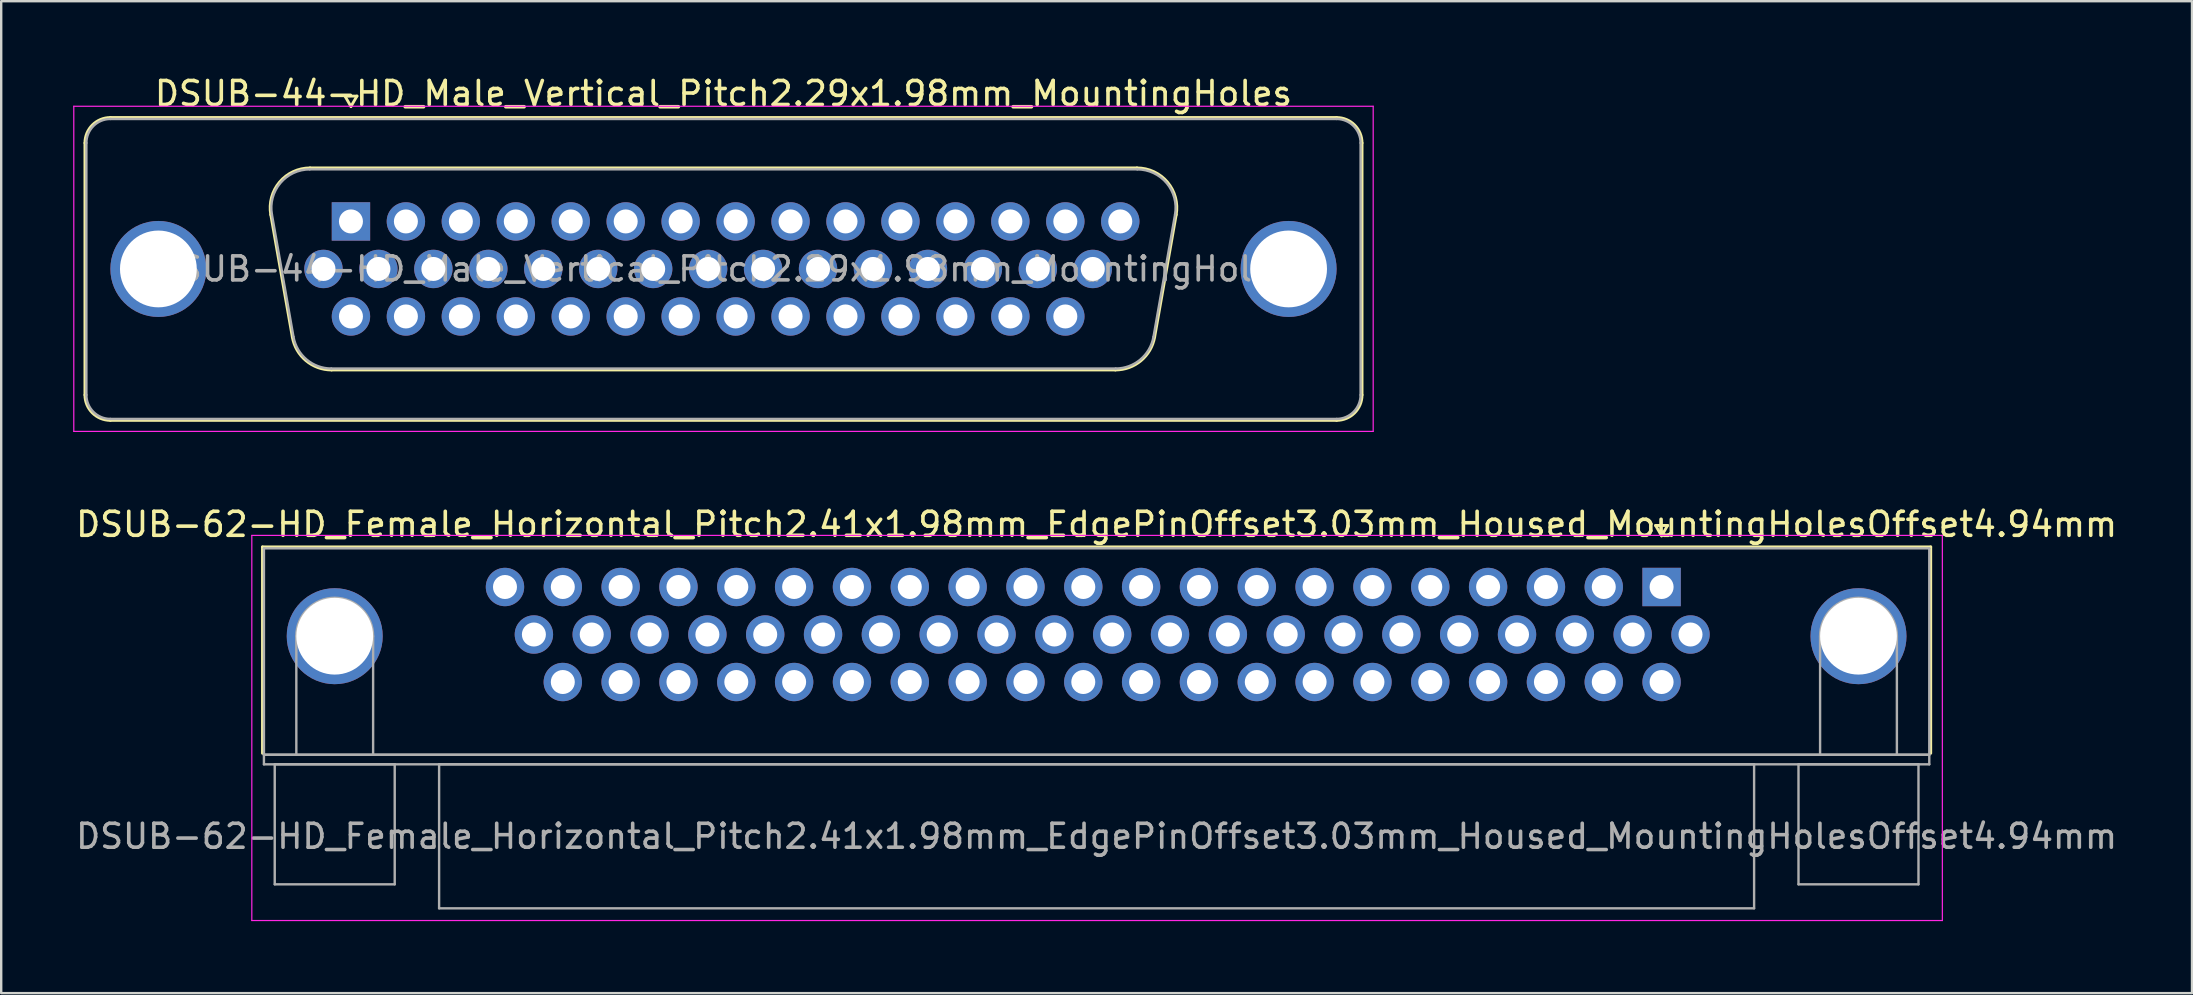
<source format=kicad_pcb>
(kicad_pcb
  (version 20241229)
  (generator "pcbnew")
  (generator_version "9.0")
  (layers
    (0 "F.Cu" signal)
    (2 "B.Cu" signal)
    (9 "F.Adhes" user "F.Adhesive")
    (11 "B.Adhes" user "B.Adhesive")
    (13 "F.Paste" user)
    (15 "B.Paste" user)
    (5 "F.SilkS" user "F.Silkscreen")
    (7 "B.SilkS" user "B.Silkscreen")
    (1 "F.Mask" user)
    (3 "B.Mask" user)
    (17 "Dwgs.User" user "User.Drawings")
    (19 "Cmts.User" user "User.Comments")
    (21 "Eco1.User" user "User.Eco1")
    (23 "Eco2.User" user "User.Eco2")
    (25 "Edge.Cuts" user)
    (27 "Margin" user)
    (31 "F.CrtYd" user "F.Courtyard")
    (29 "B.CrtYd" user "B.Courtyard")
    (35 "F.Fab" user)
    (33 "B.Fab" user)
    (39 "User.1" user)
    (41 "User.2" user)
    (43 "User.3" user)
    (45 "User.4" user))
  (footprint "DSUB-62-HD_Female_Horizontal_Pitch2.41x1.98mm_EdgePinOffset3.03mm_Housed_MountingHolesOffset4.94mm"
    (layer "F.Cu")
    (at 66.194 21.412)
    (property "Reference" "DSUB-62-HD_Female_Horizontal_Pitch2.41x1.98mm_EdgePinOffset3.03mm_Housed_MountingHolesOffset4.94mm" (at -23.545 -2.61 0) (layer "F.SilkS") (effects (font (size 1 1) (thickness 0.15))))
    (attr through_hole)
    (fp_line (start -58.305 -1.67) (end 11.215 -1.67) (stroke (width 0.12) (type solid)) (layer "F.SilkS"))
    (fp_line (start -58.305 6.93) (end -58.305 -1.67) (stroke (width 0.12) (type solid)) (layer "F.SilkS"))
    (fp_line (start -0.25 -2.564) (end 0.25 -2.564) (stroke (width 0.12) (type solid)) (layer "F.SilkS"))
    (fp_line (start 0 -2.131) (end -0.25 -2.564) (stroke (width 0.12) (type solid)) (layer "F.SilkS"))
    (fp_line (start 0.25 -2.564) (end 0 -2.131) (stroke (width 0.12) (type solid)) (layer "F.SilkS"))
    (fp_line (start 11.215 -1.67) (end 11.215 6.93) (stroke (width 0.12) (type solid)) (layer "F.SilkS"))
    (fp_line (start -58.75 -2.15) (end -58.75 13.9) (stroke (width 0.05) (type solid)) (layer "F.CrtYd"))
    (fp_line (start -58.75 13.9) (end 11.7 13.9) (stroke (width 0.05) (type solid)) (layer "F.CrtYd"))
    (fp_line (start 11.7 -2.15) (end -58.75 -2.15) (stroke (width 0.05) (type solid)) (layer "F.CrtYd"))
    (fp_line (start 11.7 13.9) (end 11.7 -2.15) (stroke (width 0.05) (type solid)) (layer "F.CrtYd"))
    (fp_line (start -58.245 -1.61) (end -58.245 6.99) (stroke (width 0.1) (type solid)) (layer "F.Fab"))
    (fp_line (start -58.245 6.99) (end -58.245 7.39) (stroke (width 0.1) (type solid)) (layer "F.Fab"))
    (fp_line (start -58.245 6.99) (end 11.155 6.99) (stroke (width 0.1) (type solid)) (layer "F.Fab"))
    (fp_line (start -58.245 7.39) (end 11.155 7.39) (stroke (width 0.1) (type solid)) (layer "F.Fab"))
    (fp_line (start -57.795 7.39) (end -57.795 12.39) (stroke (width 0.1) (type solid)) (layer "F.Fab"))
    (fp_line (start -57.795 12.39) (end -52.795 12.39) (stroke (width 0.1) (type solid)) (layer "F.Fab"))
    (fp_line (start -56.895 6.99) (end -56.895 2.05) (stroke (width 0.1) (type solid)) (layer "F.Fab"))
    (fp_line (start -53.695 6.99) (end -53.695 2.05) (stroke (width 0.1) (type solid)) (layer "F.Fab"))
    (fp_line (start -52.795 7.39) (end -57.795 7.39) (stroke (width 0.1) (type solid)) (layer "F.Fab"))
    (fp_line (start -52.795 12.39) (end -52.795 7.39) (stroke (width 0.1) (type solid)) (layer "F.Fab"))
    (fp_line (start -50.945 7.39) (end -50.945 13.39) (stroke (width 0.1) (type solid)) (layer "F.Fab"))
    (fp_line (start -50.945 13.39) (end 3.855 13.39) (stroke (width 0.1) (type solid)) (layer "F.Fab"))
    (fp_line (start 3.855 7.39) (end -50.945 7.39) (stroke (width 0.1) (type solid)) (layer "F.Fab"))
    (fp_line (start 3.855 13.39) (end 3.855 7.39) (stroke (width 0.1) (type solid)) (layer "F.Fab"))
    (fp_line (start 5.705 7.39) (end 5.705 12.39) (stroke (width 0.1) (type solid)) (layer "F.Fab"))
    (fp_line (start 5.705 12.39) (end 10.705 12.39) (stroke (width 0.1) (type solid)) (layer "F.Fab"))
    (fp_line (start 6.605 6.99) (end 6.605 2.05) (stroke (width 0.1) (type solid)) (layer "F.Fab"))
    (fp_line (start 9.805 6.99) (end 9.805 2.05) (stroke (width 0.1) (type solid)) (layer "F.Fab"))
    (fp_line (start 10.705 7.39) (end 5.705 7.39) (stroke (width 0.1) (type solid)) (layer "F.Fab"))
    (fp_line (start 10.705 12.39) (end 10.705 7.39) (stroke (width 0.1) (type solid)) (layer "F.Fab"))
    (fp_line (start 11.155 -1.61) (end -58.245 -1.61) (stroke (width 0.1) (type solid)) (layer "F.Fab"))
    (fp_line (start 11.155 6.99) (end -58.245 6.99) (stroke (width 0.1) (type solid)) (layer "F.Fab"))
    (fp_line (start 11.155 6.99) (end 11.155 -1.61) (stroke (width 0.1) (type solid)) (layer "F.Fab"))
    (fp_line (start 11.155 7.39) (end 11.155 6.99) (stroke (width 0.1) (type solid)) (layer "F.Fab"))
    (fp_arc (start -56.895 2.05) (mid -55.295 0.45) (end -53.695 2.05) (stroke (width 0.1) (type solid)) (layer "F.Fab"))
    (fp_arc (start 6.605 2.05) (mid 8.205 0.45) (end 9.805 2.05) (stroke (width 0.1) (type solid)) (layer "F.Fab"))
    (fp_text user "${REFERENCE}" (at -23.545 10.39 0) (layer "F.Fab") (effects (font (size 1 1) (thickness 0.15))))
    (pad "0" thru_hole circle (at -55.295 2.05) (size 4 4) (drill 3.2) (layers "*.Cu" "*.Mask"))
    (pad "0" thru_hole circle (at 8.205 2.05) (size 4 4) (drill 3.2) (layers "*.Cu" "*.Mask"))
    (pad "1" thru_hole rect (at 0 0) (size 1.6 1.6) (drill 1) (layers "*.Cu" "*.Mask"))
    (pad "2" thru_hole circle (at -2.41 0) (size 1.6 1.6) (drill 1) (layers "*.Cu" "*.Mask"))
    (pad "3" thru_hole circle (at -4.82 0) (size 1.6 1.6) (drill 1) (layers "*.Cu" "*.Mask"))
    (pad "4" thru_hole circle (at -7.23 0) (size 1.6 1.6) (drill 1) (layers "*.Cu" "*.Mask"))
    (pad "5" thru_hole circle (at -9.64 0) (size 1.6 1.6) (drill 1) (layers "*.Cu" "*.Mask"))
    (pad "6" thru_hole circle (at -12.05 0) (size 1.6 1.6) (drill 1) (layers "*.Cu" "*.Mask"))
    (pad "7" thru_hole circle (at -14.46 0) (size 1.6 1.6) (drill 1) (layers "*.Cu" "*.Mask"))
    (pad "8" thru_hole circle (at -16.87 0) (size 1.6 1.6) (drill 1) (layers "*.Cu" "*.Mask"))
    (pad "9" thru_hole circle (at -19.28 0) (size 1.6 1.6) (drill 1) (layers "*.Cu" "*.Mask"))
    (pad "10" thru_hole circle (at -21.69 0) (size 1.6 1.6) (drill 1) (layers "*.Cu" "*.Mask"))
    (pad "11" thru_hole circle (at -24.1 0) (size 1.6 1.6) (drill 1) (layers "*.Cu" "*.Mask"))
    (pad "12" thru_hole circle (at -26.51 0) (size 1.6 1.6) (drill 1) (layers "*.Cu" "*.Mask"))
    (pad "13" thru_hole circle (at -28.92 0) (size 1.6 1.6) (drill 1) (layers "*.Cu" "*.Mask"))
    (pad "14" thru_hole circle (at -31.33 0) (size 1.6 1.6) (drill 1) (layers "*.Cu" "*.Mask"))
    (pad "15" thru_hole circle (at -33.74 0) (size 1.6 1.6) (drill 1) (layers "*.Cu" "*.Mask"))
    (pad "16" thru_hole circle (at -36.15 0) (size 1.6 1.6) (drill 1) (layers "*.Cu" "*.Mask"))
    (pad "17" thru_hole circle (at -38.56 0) (size 1.6 1.6) (drill 1) (layers "*.Cu" "*.Mask"))
    (pad "18" thru_hole circle (at -40.97 0) (size 1.6 1.6) (drill 1) (layers "*.Cu" "*.Mask"))
    (pad "19" thru_hole circle (at -43.38 0) (size 1.6 1.6) (drill 1) (layers "*.Cu" "*.Mask"))
    (pad "20" thru_hole circle (at -45.79 0) (size 1.6 1.6) (drill 1) (layers "*.Cu" "*.Mask"))
    (pad "21" thru_hole circle (at -48.2 0) (size 1.6 1.6) (drill 1) (layers "*.Cu" "*.Mask"))
    (pad "22" thru_hole circle (at 1.205 1.98) (size 1.6 1.6) (drill 1) (layers "*.Cu" "*.Mask"))
    (pad "23" thru_hole circle (at -1.205 1.98) (size 1.6 1.6) (drill 1) (layers "*.Cu" "*.Mask"))
    (pad "24" thru_hole circle (at -3.615 1.98) (size 1.6 1.6) (drill 1) (layers "*.Cu" "*.Mask"))
    (pad "25" thru_hole circle (at -6.025 1.98) (size 1.6 1.6) (drill 1) (layers "*.Cu" "*.Mask"))
    (pad "26" thru_hole circle (at -8.435 1.98) (size 1.6 1.6) (drill 1) (layers "*.Cu" "*.Mask"))
    (pad "27" thru_hole circle (at -10.845 1.98) (size 1.6 1.6) (drill 1) (layers "*.Cu" "*.Mask"))
    (pad "28" thru_hole circle (at -13.255 1.98) (size 1.6 1.6) (drill 1) (layers "*.Cu" "*.Mask"))
    (pad "29" thru_hole circle (at -15.665 1.98) (size 1.6 1.6) (drill 1) (layers "*.Cu" "*.Mask"))
    (pad "30" thru_hole circle (at -18.075 1.98) (size 1.6 1.6) (drill 1) (layers "*.Cu" "*.Mask"))
    (pad "31" thru_hole circle (at -20.485 1.98) (size 1.6 1.6) (drill 1) (layers "*.Cu" "*.Mask"))
    (pad "32" thru_hole circle (at -22.895 1.98) (size 1.6 1.6) (drill 1) (layers "*.Cu" "*.Mask"))
    (pad "33" thru_hole circle (at -25.305 1.98) (size 1.6 1.6) (drill 1) (layers "*.Cu" "*.Mask"))
    (pad "34" thru_hole circle (at -27.715 1.98) (size 1.6 1.6) (drill 1) (layers "*.Cu" "*.Mask"))
    (pad "35" thru_hole circle (at -30.125 1.98) (size 1.6 1.6) (drill 1) (layers "*.Cu" "*.Mask"))
    (pad "36" thru_hole circle (at -32.535 1.98) (size 1.6 1.6) (drill 1) (layers "*.Cu" "*.Mask"))
    (pad "37" thru_hole circle (at -34.945 1.98) (size 1.6 1.6) (drill 1) (layers "*.Cu" "*.Mask"))
    (pad "38" thru_hole circle (at -37.355 1.98) (size 1.6 1.6) (drill 1) (layers "*.Cu" "*.Mask"))
    (pad "39" thru_hole circle (at -39.765 1.98) (size 1.6 1.6) (drill 1) (layers "*.Cu" "*.Mask"))
    (pad "40" thru_hole circle (at -42.175 1.98) (size 1.6 1.6) (drill 1) (layers "*.Cu" "*.Mask"))
    (pad "41" thru_hole circle (at -44.585 1.98) (size 1.6 1.6) (drill 1) (layers "*.Cu" "*.Mask"))
    (pad "42" thru_hole circle (at -46.995 1.98) (size 1.6 1.6) (drill 1) (layers "*.Cu" "*.Mask"))
    (pad "43" thru_hole circle (at 0 3.96) (size 1.6 1.6) (drill 1) (layers "*.Cu" "*.Mask"))
    (pad "44" thru_hole circle (at -2.41 3.96) (size 1.6 1.6) (drill 1) (layers "*.Cu" "*.Mask"))
    (pad "45" thru_hole circle (at -4.82 3.96) (size 1.6 1.6) (drill 1) (layers "*.Cu" "*.Mask"))
    (pad "46" thru_hole circle (at -7.23 3.96) (size 1.6 1.6) (drill 1) (layers "*.Cu" "*.Mask"))
    (pad "47" thru_hole circle (at -9.64 3.96) (size 1.6 1.6) (drill 1) (layers "*.Cu" "*.Mask"))
    (pad "48" thru_hole circle (at -12.05 3.96) (size 1.6 1.6) (drill 1) (layers "*.Cu" "*.Mask"))
    (pad "49" thru_hole circle (at -14.46 3.96) (size 1.6 1.6) (drill 1) (layers "*.Cu" "*.Mask"))
    (pad "50" thru_hole circle (at -16.87 3.96) (size 1.6 1.6) (drill 1) (layers "*.Cu" "*.Mask"))
    (pad "51" thru_hole circle (at -19.28 3.96) (size 1.6 1.6) (drill 1) (layers "*.Cu" "*.Mask"))
    (pad "52" thru_hole circle (at -21.69 3.96) (size 1.6 1.6) (drill 1) (layers "*.Cu" "*.Mask"))
    (pad "53" thru_hole circle (at -24.1 3.96) (size 1.6 1.6) (drill 1) (layers "*.Cu" "*.Mask"))
    (pad "54" thru_hole circle (at -26.51 3.96) (size 1.6 1.6) (drill 1) (layers "*.Cu" "*.Mask"))
    (pad "55" thru_hole circle (at -28.92 3.96) (size 1.6 1.6) (drill 1) (layers "*.Cu" "*.Mask"))
    (pad "56" thru_hole circle (at -31.33 3.96) (size 1.6 1.6) (drill 1) (layers "*.Cu" "*.Mask"))
    (pad "57" thru_hole circle (at -33.74 3.96) (size 1.6 1.6) (drill 1) (layers "*.Cu" "*.Mask"))
    (pad "58" thru_hole circle (at -36.15 3.96) (size 1.6 1.6) (drill 1) (layers "*.Cu" "*.Mask"))
    (pad "59" thru_hole circle (at -38.56 3.96) (size 1.6 1.6) (drill 1) (layers "*.Cu" "*.Mask"))
    (pad "60" thru_hole circle (at -40.97 3.96) (size 1.6 1.6) (drill 1) (layers "*.Cu" "*.Mask"))
    (pad "61" thru_hole circle (at -43.38 3.96) (size 1.6 1.6) (drill 1) (layers "*.Cu" "*.Mask"))
    (pad "62" thru_hole circle (at -45.79 3.96) (size 1.6 1.6) (drill 1) (layers "*.Cu" "*.Mask")))
  (footprint "DSUB-44-HD_Male_Vertical_Pitch2.29x1.98mm_MountingHoles"
    (layer "F.Cu")
    (at 11.575 6.178)
    (property "Reference" "DSUB-44-HD_Male_Vertical_Pitch2.29x1.98mm_MountingHoles" (at 15.525 -5.33 0) (layer "F.SilkS") (effects (font (size 1 1) (thickness 0.15))))
    (attr through_hole)
    (fp_line (start -11.085 7.23) (end -11.085 -3.27) (stroke (width 0.12) (type solid)) (layer "F.SilkS"))
    (fp_line (start -10.025 -4.33) (end 41.075 -4.33) (stroke (width 0.12) (type solid)) (layer "F.SilkS"))
    (fp_line (start -3.341 -0.282) (end -2.442 4.818) (stroke (width 0.12) (type solid)) (layer "F.SilkS"))
    (fp_line (start -1.707 -2.23) (end 32.757 -2.23) (stroke (width 0.12) (type solid)) (layer "F.SilkS"))
    (fp_line (start -0.807 6.19) (end 31.857 6.19) (stroke (width 0.12) (type solid)) (layer "F.SilkS"))
    (fp_line (start -0.25 -5.224) (end 0.25 -5.224) (stroke (width 0.12) (type solid)) (layer "F.SilkS"))
    (fp_line (start 0 -4.791) (end -0.25 -5.224) (stroke (width 0.12) (type solid)) (layer "F.SilkS"))
    (fp_line (start 0.25 -5.224) (end 0 -4.791) (stroke (width 0.12) (type solid)) (layer "F.SilkS"))
    (fp_line (start 34.391 -0.282) (end 33.492 4.818) (stroke (width 0.12) (type solid)) (layer "F.SilkS"))
    (fp_line (start 41.075 8.29) (end -10.025 8.29) (stroke (width 0.12) (type solid)) (layer "F.SilkS"))
    (fp_line (start 42.135 -3.27) (end 42.135 7.23) (stroke (width 0.12) (type solid)) (layer "F.SilkS"))
    (fp_arc (start -11.085 -3.27) (mid -10.774533 -4.019533) (end -10.025 -4.33) (stroke (width 0.12) (type solid)) (layer "F.SilkS"))
    (fp_arc (start -10.025 8.29) (mid -10.774533 7.979533) (end -11.085 7.23) (stroke (width 0.12) (type solid)) (layer "F.SilkS"))
    (fp_arc (start -3.34147 -0.281744) (mid -2.978323 -1.637028) (end -1.706689 -2.23) (stroke (width 0.12) (type solid)) (layer "F.SilkS"))
    (fp_arc (start -0.807421 6.19) (mid -1.874448 5.801634) (end -2.442202 4.818256) (stroke (width 0.12) (type solid)) (layer "F.SilkS"))
    (fp_arc (start 32.756689 -2.23) (mid 34.028323 -1.637027) (end 34.39147 -0.281744) (stroke (width 0.12) (type solid)) (layer "F.SilkS"))
    (fp_arc (start 33.492202 4.818256) (mid 32.924449 5.801634) (end 31.857421 6.19) (stroke (width 0.12) (type solid)) (layer "F.SilkS"))
    (fp_arc (start 41.075 -4.33) (mid 41.824533 -4.019533) (end 42.135 -3.27) (stroke (width 0.12) (type solid)) (layer "F.SilkS"))
    (fp_arc (start 42.135 7.23) (mid 41.824533 7.979533) (end 41.075 8.29) (stroke (width 0.12) (type solid)) (layer "F.SilkS"))
    (fp_line (start -11.55 -4.8) (end -11.55 8.75) (stroke (width 0.05) (type solid)) (layer "F.CrtYd"))
    (fp_line (start -11.55 8.75) (end 42.6 8.75) (stroke (width 0.05) (type solid)) (layer "F.CrtYd"))
    (fp_line (start 42.6 -4.8) (end -11.55 -4.8) (stroke (width 0.05) (type solid)) (layer "F.CrtYd"))
    (fp_line (start 42.6 8.75) (end 42.6 -4.8) (stroke (width 0.05) (type solid)) (layer "F.CrtYd"))
    (fp_line (start -11.025 7.23) (end -11.025 -3.27) (stroke (width 0.1) (type solid)) (layer "F.Fab"))
    (fp_line (start -10.025 -4.27) (end 41.075 -4.27) (stroke (width 0.1) (type solid)) (layer "F.Fab"))
    (fp_line (start -3.294 -0.292) (end -2.395 4.808) (stroke (width 0.1) (type solid)) (layer "F.Fab"))
    (fp_line (start -1.718 -2.17) (end 32.768 -2.17) (stroke (width 0.1) (type solid)) (layer "F.Fab"))
    (fp_line (start -0.819 6.13) (end 31.869 6.13) (stroke (width 0.1) (type solid)) (layer "F.Fab"))
    (fp_line (start 34.344 -0.292) (end 33.445 4.808) (stroke (width 0.1) (type solid)) (layer "F.Fab"))
    (fp_line (start 41.075 8.23) (end -10.025 8.23) (stroke (width 0.1) (type solid)) (layer "F.Fab"))
    (fp_line (start 42.075 -3.27) (end 42.075 7.23) (stroke (width 0.1) (type solid)) (layer "F.Fab"))
    (fp_arc (start -11.025 -3.27) (mid -10.732107 -3.977107) (end -10.025 -4.27) (stroke (width 0.1) (type solid)) (layer "F.Fab"))
    (fp_arc (start -10.025 8.23) (mid -10.732107 7.937107) (end -11.025 7.23) (stroke (width 0.1) (type solid)) (layer "F.Fab"))
    (fp_arc (start -3.293886 -0.292163) (mid -2.943865 -1.59846) (end -1.718194 -2.17) (stroke (width 0.1) (type solid)) (layer "F.Fab"))
    (fp_arc (start -0.818927 6.13) (mid -1.847387 5.755671) (end -2.394619 4.807837) (stroke (width 0.1) (type solid)) (layer "F.Fab"))
    (fp_arc (start 32.768194 -2.17) (mid 33.993865 -1.59846) (end 34.343886 -0.292163) (stroke (width 0.1) (type solid)) (layer "F.Fab"))
    (fp_arc (start 33.444619 4.807837) (mid 32.897387 5.755671) (end 31.868927 6.13) (stroke (width 0.1) (type solid)) (layer "F.Fab"))
    (fp_arc (start 41.075 -4.27) (mid 41.782107 -3.977107) (end 42.075 -3.27) (stroke (width 0.1) (type solid)) (layer "F.Fab"))
    (fp_arc (start 42.075 7.23) (mid 41.782107 7.937107) (end 41.075 8.23) (stroke (width 0.1) (type solid)) (layer "F.Fab"))
    (fp_text user "${REFERENCE}" (at 15.525 1.98 0) (layer "F.Fab") (effects (font (size 1 1) (thickness 0.15))))
    (pad "0" thru_hole circle (at -8.025 1.98) (size 4 4) (drill 3.2) (layers "*.Cu" "*.Mask"))
    (pad "0" thru_hole circle (at 39.075 1.98) (size 4 4) (drill 3.2) (layers "*.Cu" "*.Mask"))
    (pad "1" thru_hole rect (at 0 0) (size 1.6 1.6) (drill 1) (layers "*.Cu" "*.Mask"))
    (pad "2" thru_hole circle (at 2.29 0) (size 1.6 1.6) (drill 1) (layers "*.Cu" "*.Mask"))
    (pad "3" thru_hole circle (at 4.58 0) (size 1.6 1.6) (drill 1) (layers "*.Cu" "*.Mask"))
    (pad "4" thru_hole circle (at 6.87 0) (size 1.6 1.6) (drill 1) (layers "*.Cu" "*.Mask"))
    (pad "5" thru_hole circle (at 9.16 0) (size 1.6 1.6) (drill 1) (layers "*.Cu" "*.Mask"))
    (pad "6" thru_hole circle (at 11.45 0) (size 1.6 1.6) (drill 1) (layers "*.Cu" "*.Mask"))
    (pad "7" thru_hole circle (at 13.74 0) (size 1.6 1.6) (drill 1) (layers "*.Cu" "*.Mask"))
    (pad "8" thru_hole circle (at 16.03 0) (size 1.6 1.6) (drill 1) (layers "*.Cu" "*.Mask"))
    (pad "9" thru_hole circle (at 18.32 0) (size 1.6 1.6) (drill 1) (layers "*.Cu" "*.Mask"))
    (pad "10" thru_hole circle (at 20.61 0) (size 1.6 1.6) (drill 1) (layers "*.Cu" "*.Mask"))
    (pad "11" thru_hole circle (at 22.9 0) (size 1.6 1.6) (drill 1) (layers "*.Cu" "*.Mask"))
    (pad "12" thru_hole circle (at 25.19 0) (size 1.6 1.6) (drill 1) (layers "*.Cu" "*.Mask"))
    (pad "13" thru_hole circle (at 27.48 0) (size 1.6 1.6) (drill 1) (layers "*.Cu" "*.Mask"))
    (pad "14" thru_hole circle (at 29.77 0) (size 1.6 1.6) (drill 1) (layers "*.Cu" "*.Mask"))
    (pad "15" thru_hole circle (at 32.06 0) (size 1.6 1.6) (drill 1) (layers "*.Cu" "*.Mask"))
    (pad "16" thru_hole circle (at -1.145 1.98) (size 1.6 1.6) (drill 1) (layers "*.Cu" "*.Mask"))
    (pad "17" thru_hole circle (at 1.145 1.98) (size 1.6 1.6) (drill 1) (layers "*.Cu" "*.Mask"))
    (pad "18" thru_hole circle (at 3.435 1.98) (size 1.6 1.6) (drill 1) (layers "*.Cu" "*.Mask"))
    (pad "19" thru_hole circle (at 5.725 1.98) (size 1.6 1.6) (drill 1) (layers "*.Cu" "*.Mask"))
    (pad "20" thru_hole circle (at 8.015 1.98) (size 1.6 1.6) (drill 1) (layers "*.Cu" "*.Mask"))
    (pad "21" thru_hole circle (at 10.305 1.98) (size 1.6 1.6) (drill 1) (layers "*.Cu" "*.Mask"))
    (pad "22" thru_hole circle (at 12.595 1.98) (size 1.6 1.6) (drill 1) (layers "*.Cu" "*.Mask"))
    (pad "23" thru_hole circle (at 14.885 1.98) (size 1.6 1.6) (drill 1) (layers "*.Cu" "*.Mask"))
    (pad "24" thru_hole circle (at 17.175 1.98) (size 1.6 1.6) (drill 1) (layers "*.Cu" "*.Mask"))
    (pad "25" thru_hole circle (at 19.465 1.98) (size 1.6 1.6) (drill 1) (layers "*.Cu" "*.Mask"))
    (pad "26" thru_hole circle (at 21.755 1.98) (size 1.6 1.6) (drill 1) (layers "*.Cu" "*.Mask"))
    (pad "27" thru_hole circle (at 24.045 1.98) (size 1.6 1.6) (drill 1) (layers "*.Cu" "*.Mask"))
    (pad "28" thru_hole circle (at 26.335 1.98) (size 1.6 1.6) (drill 1) (layers "*.Cu" "*.Mask"))
    (pad "29" thru_hole circle (at 28.625 1.98) (size 1.6 1.6) (drill 1) (layers "*.Cu" "*.Mask"))
    (pad "30" thru_hole circle (at 30.915 1.98) (size 1.6 1.6) (drill 1) (layers "*.Cu" "*.Mask"))
    (pad "31" thru_hole circle (at 0 3.96) (size 1.6 1.6) (drill 1) (layers "*.Cu" "*.Mask"))
    (pad "32" thru_hole circle (at 2.29 3.96) (size 1.6 1.6) (drill 1) (layers "*.Cu" "*.Mask"))
    (pad "33" thru_hole circle (at 4.58 3.96) (size 1.6 1.6) (drill 1) (layers "*.Cu" "*.Mask"))
    (pad "34" thru_hole circle (at 6.87 3.96) (size 1.6 1.6) (drill 1) (layers "*.Cu" "*.Mask"))
    (pad "35" thru_hole circle (at 9.16 3.96) (size 1.6 1.6) (drill 1) (layers "*.Cu" "*.Mask"))
    (pad "36" thru_hole circle (at 11.45 3.96) (size 1.6 1.6) (drill 1) (layers "*.Cu" "*.Mask"))
    (pad "37" thru_hole circle (at 13.74 3.96) (size 1.6 1.6) (drill 1) (layers "*.Cu" "*.Mask"))
    (pad "38" thru_hole circle (at 16.03 3.96) (size 1.6 1.6) (drill 1) (layers "*.Cu" "*.Mask"))
    (pad "39" thru_hole circle (at 18.32 3.96) (size 1.6 1.6) (drill 1) (layers "*.Cu" "*.Mask"))
    (pad "40" thru_hole circle (at 20.61 3.96) (size 1.6 1.6) (drill 1) (layers "*.Cu" "*.Mask"))
    (pad "41" thru_hole circle (at 22.9 3.96) (size 1.6 1.6) (drill 1) (layers "*.Cu" "*.Mask"))
    (pad "42" thru_hole circle (at 25.19 3.96) (size 1.6 1.6) (drill 1) (layers "*.Cu" "*.Mask"))
    (pad "43" thru_hole circle (at 27.48 3.96) (size 1.6 1.6) (drill 1) (layers "*.Cu" "*.Mask"))
    (pad "44" thru_hole circle (at 29.77 3.96) (size 1.6 1.6) (drill 1) (layers "*.Cu" "*.Mask")))
  (gr_rect
    (start -3 -3)
    (end 88.298 38.337)
    (stroke (width 0.1) (type default))
    (fill no)
    (layer "Edge.Cuts")))
</source>
